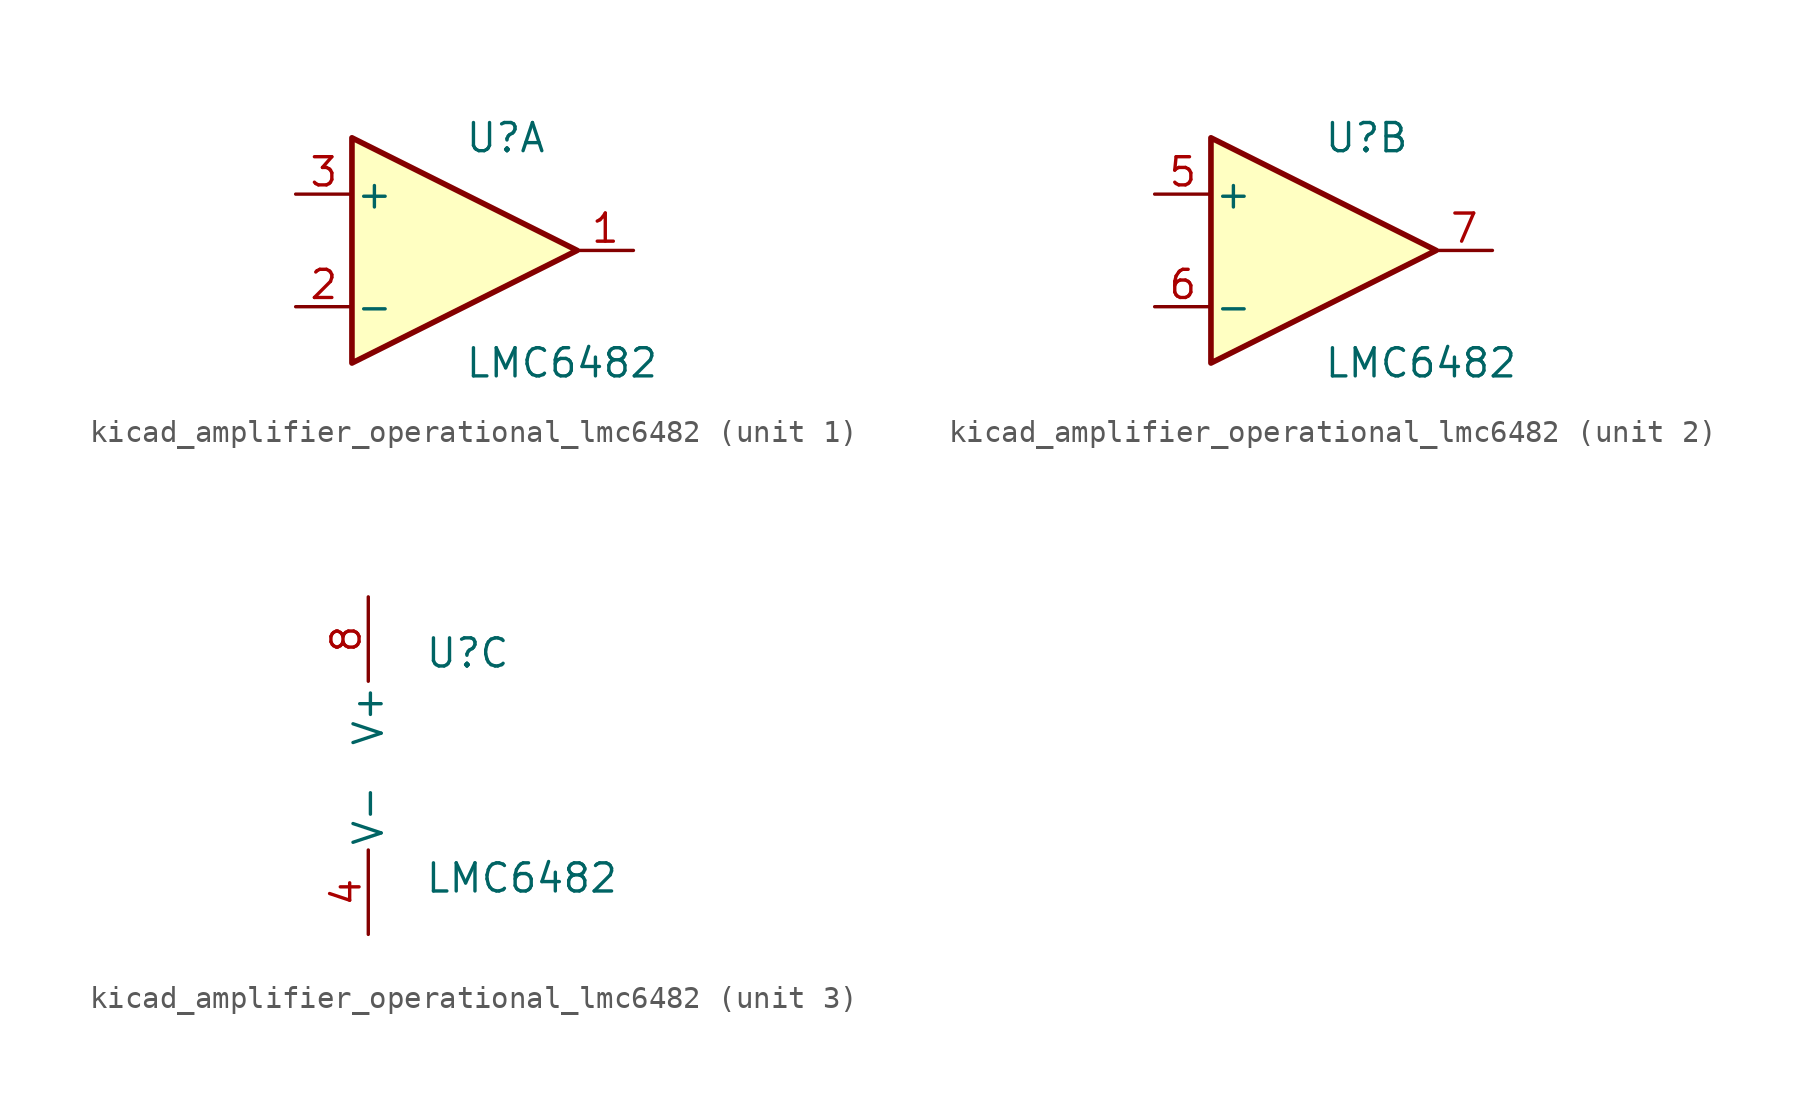
<source format=kicad_sym>
(kicad_symbol_lib
  (version 20220914)
  (generator kicad_symbol_editor)
  (symbol "kicad_amplifier_operational_lmc6482"
    (pin_names
      (offset 0.127))
    (property "Reference" "U"
      (at 0 5.08 0)
      (effects (font (size 1.27 1.27)) (justify left)))
    (property "Value" "LMC6482"
      (at 0 -5.08 0)
      (effects (font (size 1.27 1.27)) (justify left)))
    (property "ki_locked" ""
      (at 0 0 0)
      (effects (font (size 1.27 1.27))))
    (symbol "kicad_amplifier_operational_lmc6482_1_1"
      (polyline (pts (xy -5.08 5.08) (xy 5.08 0) (xy -5.08 -5.08) (xy -5.08 5.08)) (stroke (width 0.254) (type default)) (fill (type background)))
      (pin output line (at 7.62 0 180) (length 2.54) (name "~" (effects (font (size 1.27 1.27)))) (number "1" (effects (font (size 1.27 1.27)))))
      (pin input line (at -7.62 -2.54 0) (length 2.54) (name "-" (effects (font (size 1.27 1.27)))) (number "2" (effects (font (size 1.27 1.27)))))
      (pin input line (at -7.62 2.54 0) (length 2.54) (name "+" (effects (font (size 1.27 1.27)))) (number "3" (effects (font (size 1.27 1.27))))))
    (symbol "kicad_amplifier_operational_lmc6482_2_1"
      (polyline (pts (xy -5.08 5.08) (xy 5.08 0) (xy -5.08 -5.08) (xy -5.08 5.08)) (stroke (width 0.254) (type default)) (fill (type background)))
      (pin input line (at -7.62 2.54 0) (length 2.54) (name "+" (effects (font (size 1.27 1.27)))) (number "5" (effects (font (size 1.27 1.27)))))
      (pin input line (at -7.62 -2.54 0) (length 2.54) (name "-" (effects (font (size 1.27 1.27)))) (number "6" (effects (font (size 1.27 1.27)))))
      (pin output line (at 7.62 0 180) (length 2.54) (name "~" (effects (font (size 1.27 1.27)))) (number "7" (effects (font (size 1.27 1.27))))))
    (symbol "kicad_amplifier_operational_lmc6482_3_1"
      (pin power_in line (at -2.54 -7.62 90) (length 3.81) (name "V-" (effects (font (size 1.27 1.27)))) (number "4" (effects (font (size 1.27 1.27)))))
      (pin power_in line (at -2.54 7.62 270) (length 3.81) (name "V+" (effects (font (size 1.27 1.27)))) (number "8" (effects (font (size 1.27 1.27))))))))
</source>
